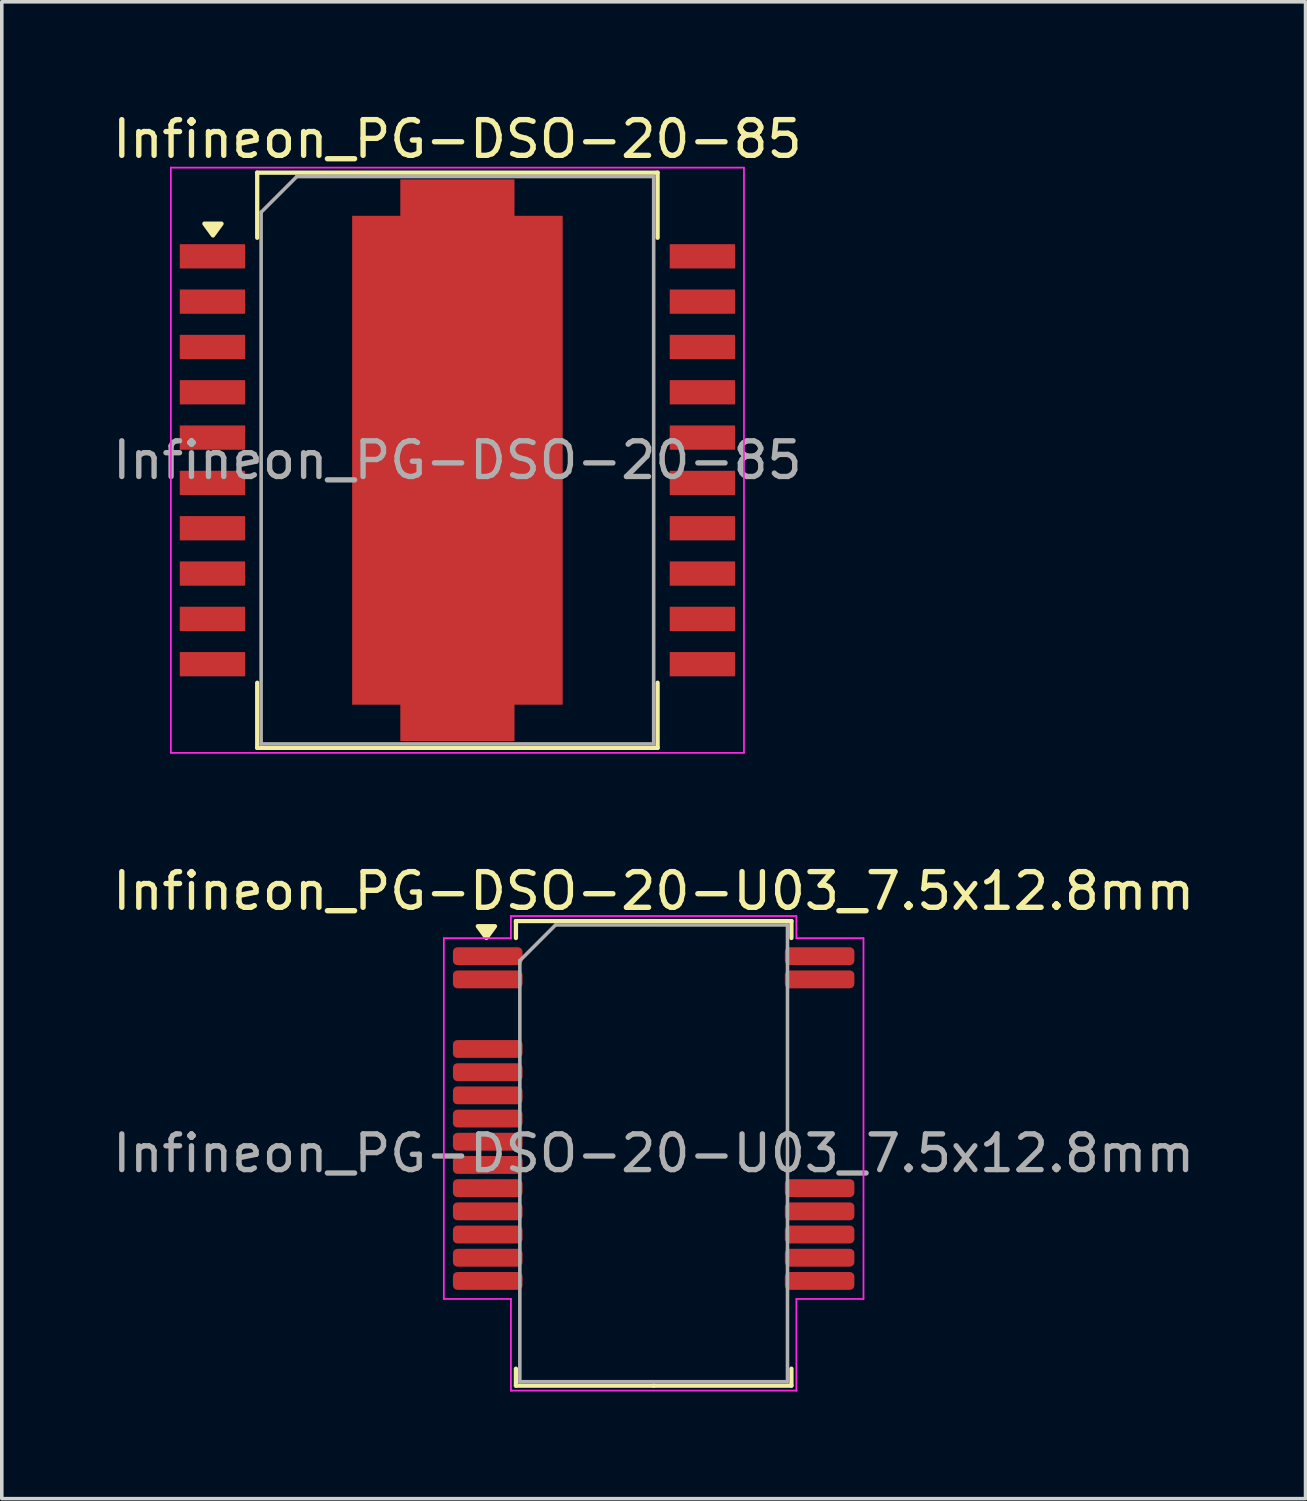
<source format=kicad_pcb>
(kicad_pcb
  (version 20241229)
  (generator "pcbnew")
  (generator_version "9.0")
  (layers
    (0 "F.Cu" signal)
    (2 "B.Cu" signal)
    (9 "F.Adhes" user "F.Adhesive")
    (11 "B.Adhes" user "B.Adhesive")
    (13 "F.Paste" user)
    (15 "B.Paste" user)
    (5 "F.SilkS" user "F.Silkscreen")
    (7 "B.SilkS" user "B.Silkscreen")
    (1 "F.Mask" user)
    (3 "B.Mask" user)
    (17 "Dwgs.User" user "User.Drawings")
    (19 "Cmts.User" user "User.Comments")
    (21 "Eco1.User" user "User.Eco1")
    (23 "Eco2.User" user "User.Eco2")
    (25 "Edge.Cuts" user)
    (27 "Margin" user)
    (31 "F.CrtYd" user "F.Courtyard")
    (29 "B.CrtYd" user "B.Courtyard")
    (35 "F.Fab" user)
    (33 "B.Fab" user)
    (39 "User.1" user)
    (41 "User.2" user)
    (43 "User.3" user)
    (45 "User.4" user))
  (footprint "Infineon_PG-DSO-20-U03_7.5x12.8mm"
    (layer "F.Cu")
    (at 15.268 29.271)
    (property "Reference" "Infineon_PG-DSO-20-U03_7.5x12.8mm" (at 0 -7.35 0) (layer "F.SilkS") (effects (font (size 1 1) (thickness 0.15))))
    (attr smd)
    (fp_line (start -3.86 -6.51) (end -3.86 -6.035) (stroke (width 0.12) (type solid)) (layer "F.SilkS"))
    (fp_line (start -3.86 6.51) (end -3.86 6.035) (stroke (width 0.12) (type solid)) (layer "F.SilkS"))
    (fp_line (start 0 -6.51) (end -3.86 -6.51) (stroke (width 0.12) (type solid)) (layer "F.SilkS"))
    (fp_line (start 0 -6.51) (end 3.86 -6.51) (stroke (width 0.12) (type solid)) (layer "F.SilkS"))
    (fp_line (start 0 6.51) (end -3.86 6.51) (stroke (width 0.12) (type solid)) (layer "F.SilkS"))
    (fp_line (start 0 6.51) (end 3.86 6.51) (stroke (width 0.12) (type solid)) (layer "F.SilkS"))
    (fp_line (start 3.86 -6.51) (end 3.86 -6.035) (stroke (width 0.12) (type solid)) (layer "F.SilkS"))
    (fp_line (start 3.86 6.51) (end 3.86 6.035) (stroke (width 0.12) (type solid)) (layer "F.SilkS"))
    (fp_poly (pts (xy -4.688 -6.035) (xy -4.928 -6.365) (xy -4.447 -6.365)) (stroke (width 0.12) (type solid)) (fill yes) (layer "F.SilkS"))
    (fp_line (start -5.88 -6.03) (end -4 -6.03) (stroke (width 0.05) (type solid)) (layer "F.CrtYd"))
    (fp_line (start -5.88 4.08) (end -5.88 -6.03) (stroke (width 0.05) (type solid)) (layer "F.CrtYd"))
    (fp_line (start -4 -6.65) (end 4 -6.65) (stroke (width 0.05) (type solid)) (layer "F.CrtYd"))
    (fp_line (start -4 -6.03) (end -4 -6.65) (stroke (width 0.05) (type solid)) (layer "F.CrtYd"))
    (fp_line (start -4 4.08) (end -5.88 4.08) (stroke (width 0.05) (type solid)) (layer "F.CrtYd"))
    (fp_line (start -4 6.65) (end -4 4.08) (stroke (width 0.05) (type solid)) (layer "F.CrtYd"))
    (fp_line (start 4 -6.65) (end 4 -6.03) (stroke (width 0.05) (type solid)) (layer "F.CrtYd"))
    (fp_line (start 4 -6.03) (end 5.88 -6.03) (stroke (width 0.05) (type solid)) (layer "F.CrtYd"))
    (fp_line (start 4 4.08) (end 4 6.65) (stroke (width 0.05) (type solid)) (layer "F.CrtYd"))
    (fp_line (start 4 6.65) (end -4 6.65) (stroke (width 0.05) (type solid)) (layer "F.CrtYd"))
    (fp_line (start 5.88 -6.03) (end 5.88 4.08) (stroke (width 0.05) (type solid)) (layer "F.CrtYd"))
    (fp_line (start 5.88 4.08) (end 4 4.08) (stroke (width 0.05) (type solid)) (layer "F.CrtYd"))
    (fp_line (start -3.75 -5.4) (end -2.75 -6.4) (stroke (width 0.1) (type solid)) (layer "F.Fab"))
    (fp_line (start -3.75 6.4) (end -3.75 -5.4) (stroke (width 0.1) (type solid)) (layer "F.Fab"))
    (fp_line (start -2.75 -6.4) (end 3.75 -6.4) (stroke (width 0.1) (type solid)) (layer "F.Fab"))
    (fp_line (start 3.75 -6.4) (end 3.75 6.4) (stroke (width 0.1) (type solid)) (layer "F.Fab"))
    (fp_line (start 3.75 6.4) (end -3.75 6.4) (stroke (width 0.1) (type solid)) (layer "F.Fab"))
    (fp_text user "${REFERENCE}" (at 0 0 0) (layer "F.Fab") (effects (font (size 1 1) (thickness 0.15))))
    (pad "1" smd roundrect (at -4.65 -5.525) (size 1.95 0.5) (layers "F.Cu" "F.Mask" "F.Paste") (roundrect_rratio 0.25))
    (pad "2" smd roundrect (at -4.65 -4.875) (size 1.95 0.5) (layers "F.Cu" "F.Mask" "F.Paste") (roundrect_rratio 0.25))
    (pad "3" smd roundrect (at -4.65 -2.925) (size 1.95 0.5) (layers "F.Cu" "F.Mask" "F.Paste") (roundrect_rratio 0.25))
    (pad "4" smd roundrect (at -4.65 -2.275) (size 1.95 0.5) (layers "F.Cu" "F.Mask" "F.Paste") (roundrect_rratio 0.25))
    (pad "5" smd roundrect (at -4.65 -1.625) (size 1.95 0.5) (layers "F.Cu" "F.Mask" "F.Paste") (roundrect_rratio 0.25))
    (pad "6" smd roundrect (at -4.65 -0.975) (size 1.95 0.5) (layers "F.Cu" "F.Mask" "F.Paste") (roundrect_rratio 0.25))
    (pad "7" smd roundrect (at -4.65 -0.325) (size 1.95 0.5) (layers "F.Cu" "F.Mask" "F.Paste") (roundrect_rratio 0.25))
    (pad "8" smd roundrect (at -4.65 0.325) (size 1.95 0.5) (layers "F.Cu" "F.Mask" "F.Paste") (roundrect_rratio 0.25))
    (pad "9" smd roundrect (at -4.65 0.975) (size 1.95 0.5) (layers "F.Cu" "F.Mask" "F.Paste") (roundrect_rratio 0.25))
    (pad "10" smd roundrect (at -4.65 1.625) (size 1.95 0.5) (layers "F.Cu" "F.Mask" "F.Paste") (roundrect_rratio 0.25))
    (pad "11" smd roundrect (at -4.65 2.275) (size 1.95 0.5) (layers "F.Cu" "F.Mask" "F.Paste") (roundrect_rratio 0.25))
    (pad "12" smd roundrect (at -4.65 2.925) (size 1.95 0.5) (layers "F.Cu" "F.Mask" "F.Paste") (roundrect_rratio 0.25))
    (pad "13" smd roundrect (at -4.65 3.575) (size 1.95 0.5) (layers "F.Cu" "F.Mask" "F.Paste") (roundrect_rratio 0.25))
    (pad "14" smd roundrect (at 4.65 3.575) (size 1.95 0.5) (layers "F.Cu" "F.Mask" "F.Paste") (roundrect_rratio 0.25))
    (pad "15" smd roundrect (at 4.65 2.925) (size 1.95 0.5) (layers "F.Cu" "F.Mask" "F.Paste") (roundrect_rratio 0.25))
    (pad "16" smd roundrect (at 4.65 2.275) (size 1.95 0.5) (layers "F.Cu" "F.Mask" "F.Paste") (roundrect_rratio 0.25))
    (pad "17" smd roundrect (at 4.65 1.625) (size 1.95 0.5) (layers "F.Cu" "F.Mask" "F.Paste") (roundrect_rratio 0.25))
    (pad "18" smd roundrect (at 4.65 0.975) (size 1.95 0.5) (layers "F.Cu" "F.Mask" "F.Paste") (roundrect_rratio 0.25))
    (pad "19" smd roundrect (at 4.65 -4.875) (size 1.95 0.5) (layers "F.Cu" "F.Mask" "F.Paste") (roundrect_rratio 0.25))
    (pad "20" smd roundrect (at 4.65 -5.525) (size 1.95 0.5) (layers "F.Cu" "F.Mask" "F.Paste") (roundrect_rratio 0.25)))
  (footprint "Infineon_PG-DSO-20-85"
    (layer "F.Cu")
    (at 9.768 9.848)
    (property "Reference" "Infineon_PG-DSO-20-85" (at 0 -9 0) (layer "F.SilkS") (effects (font (size 1 1) (thickness 0.15))))
    (attr smd)
    (fp_line (start -5.61 -8.06) (end 5.61 -8.06) (stroke (width 0.12) (type solid)) (layer "F.SilkS"))
    (fp_line (start -5.61 -6.235) (end -5.61 -8.06) (stroke (width 0.12) (type solid)) (layer "F.SilkS"))
    (fp_line (start -5.61 6.235) (end -5.61 8.06) (stroke (width 0.12) (type solid)) (layer "F.SilkS"))
    (fp_line (start 5.61 -6.235) (end 5.61 -8.06) (stroke (width 0.12) (type solid)) (layer "F.SilkS"))
    (fp_line (start 5.61 6.235) (end 5.61 8.06) (stroke (width 0.12) (type solid)) (layer "F.SilkS"))
    (fp_line (start 5.61 8.06) (end -5.61 8.06) (stroke (width 0.12) (type solid)) (layer "F.SilkS"))
    (fp_poly (pts (xy -6.85 -6.3) (xy -7.09 -6.63) (xy -6.61 -6.63) (xy -6.85 -6.3)) (stroke (width 0.12) (type solid)) (fill yes) (layer "F.SilkS"))
    (fp_line (start -8.03 -8.2) (end 8.03 -8.2) (stroke (width 0.05) (type solid)) (layer "F.CrtYd"))
    (fp_line (start -8.03 8.2) (end -8.03 -8.2) (stroke (width 0.05) (type solid)) (layer "F.CrtYd"))
    (fp_line (start -8.03 8.2) (end 8.03 8.2) (stroke (width 0.05) (type solid)) (layer "F.CrtYd"))
    (fp_line (start 8.03 8.2) (end 8.03 -8.2) (stroke (width 0.05) (type solid)) (layer "F.CrtYd"))
    (fp_line (start -5.5 -6.95) (end -4.5 -7.95) (stroke (width 0.1) (type solid)) (layer "F.Fab"))
    (fp_line (start -5.5 7.95) (end -5.5 -6.95) (stroke (width 0.1) (type solid)) (layer "F.Fab"))
    (fp_line (start -4.5 -7.95) (end 5.5 -7.95) (stroke (width 0.1) (type solid)) (layer "F.Fab"))
    (fp_line (start 5.5 -7.95) (end 5.5 7.95) (stroke (width 0.1) (type solid)) (layer "F.Fab"))
    (fp_line (start 5.5 7.95) (end -5.5 7.95) (stroke (width 0.1) (type solid)) (layer "F.Fab"))
    (fp_text user "${REFERENCE}" (at 0 0 0) (layer "F.Fab") (effects (font (size 1 1) (thickness 0.15))))
    (pad "" smd rect (at -1.4 -4.95) (size 2.4 2.8) (layers "F.Paste"))
    (pad "" smd rect (at -1.4 -1.65) (size 2.4 2.8) (layers "F.Paste"))
    (pad "" smd rect (at -1.4 1.65) (size 2.4 2.8) (layers "F.Paste"))
    (pad "" smd rect (at -1.4 4.95) (size 2.4 2.8) (layers "F.Paste"))
    (pad "" smd rect (at 0 -7.36) (size 3.2 1) (layers "F.Paste"))
    (pad "" smd rect (at 0 7.36) (size 3.2 1) (layers "F.Paste"))
    (pad "" smd rect (at 1.4 -4.95) (size 2.4 2.8) (layers "F.Paste"))
    (pad "" smd rect (at 1.4 -1.65) (size 2.4 2.8) (layers "F.Paste"))
    (pad "" smd rect (at 1.4 1.65) (size 2.4 2.8) (layers "F.Paste"))
    (pad "" smd rect (at 1.4 4.95) (size 2.4 2.8) (layers "F.Paste"))
    (pad "1" smd rect (at -6.865 -5.715) (size 1.83 0.68) (layers "F.Cu" "F.Mask" "F.Paste"))
    (pad "2" smd rect (at -6.865 -4.445) (size 1.83 0.68) (layers "F.Cu" "F.Mask" "F.Paste"))
    (pad "3" smd rect (at -6.865 -3.175) (size 1.83 0.68) (layers "F.Cu" "F.Mask" "F.Paste"))
    (pad "4" smd rect (at -6.865 -1.905) (size 1.83 0.68) (layers "F.Cu" "F.Mask" "F.Paste"))
    (pad "5" smd rect (at -6.865 -0.635) (size 1.83 0.68) (layers "F.Cu" "F.Mask" "F.Paste"))
    (pad "6" smd rect (at -6.865 0.635) (size 1.83 0.68) (layers "F.Cu" "F.Mask" "F.Paste"))
    (pad "7" smd rect (at -6.865 1.905) (size 1.83 0.68) (layers "F.Cu" "F.Mask" "F.Paste"))
    (pad "8" smd rect (at -6.865 3.175) (size 1.83 0.68) (layers "F.Cu" "F.Mask" "F.Paste"))
    (pad "9" smd rect (at -6.865 4.445) (size 1.83 0.68) (layers "F.Cu" "F.Mask" "F.Paste"))
    (pad "10" smd rect (at -6.865 5.715) (size 1.83 0.68) (layers "F.Cu" "F.Mask" "F.Paste"))
    (pad "11" smd rect (at 6.865 5.715) (size 1.83 0.68) (layers "F.Cu" "F.Mask" "F.Paste"))
    (pad "12" smd rect (at 6.865 4.445) (size 1.83 0.68) (layers "F.Cu" "F.Mask" "F.Paste"))
    (pad "13" smd rect (at 6.865 3.175) (size 1.83 0.68) (layers "F.Cu" "F.Mask" "F.Paste"))
    (pad "14" smd rect (at 6.865 1.905) (size 1.83 0.68) (layers "F.Cu" "F.Mask" "F.Paste"))
    (pad "15" smd rect (at 6.865 0.635) (size 1.83 0.68) (layers "F.Cu" "F.Mask" "F.Paste"))
    (pad "16" smd rect (at 6.865 -0.635) (size 1.83 0.68) (layers "F.Cu" "F.Mask" "F.Paste"))
    (pad "17" smd rect (at 6.865 -1.905) (size 1.83 0.68) (layers "F.Cu" "F.Mask" "F.Paste"))
    (pad "18" smd rect (at 6.865 -3.175) (size 1.83 0.68) (layers "F.Cu" "F.Mask" "F.Paste"))
    (pad "19" smd rect (at 6.865 -4.445) (size 1.83 0.68) (layers "F.Cu" "F.Mask" "F.Paste"))
    (pad "20" smd rect (at 6.865 -5.715) (size 1.83 0.68) (layers "F.Cu" "F.Mask" "F.Paste"))
    (pad "21" smd custom (at 0 0) (size 5.9 13.7) (layers "F.Cu" "F.Mask") (options (anchor rect)) (primitives (gr_poly (pts (xy 1.6 7.87) (xy -1.6 7.87) (xy -1.6 -7.87) (xy 1.6 -7.87)) (width 0) (fill yes)))))
  (gr_rect
    (start -3 -3)
    (end 33.536 38.947)
    (stroke (width 0.1) (type default))
    (fill no)
    (layer "Edge.Cuts")))
</source>
